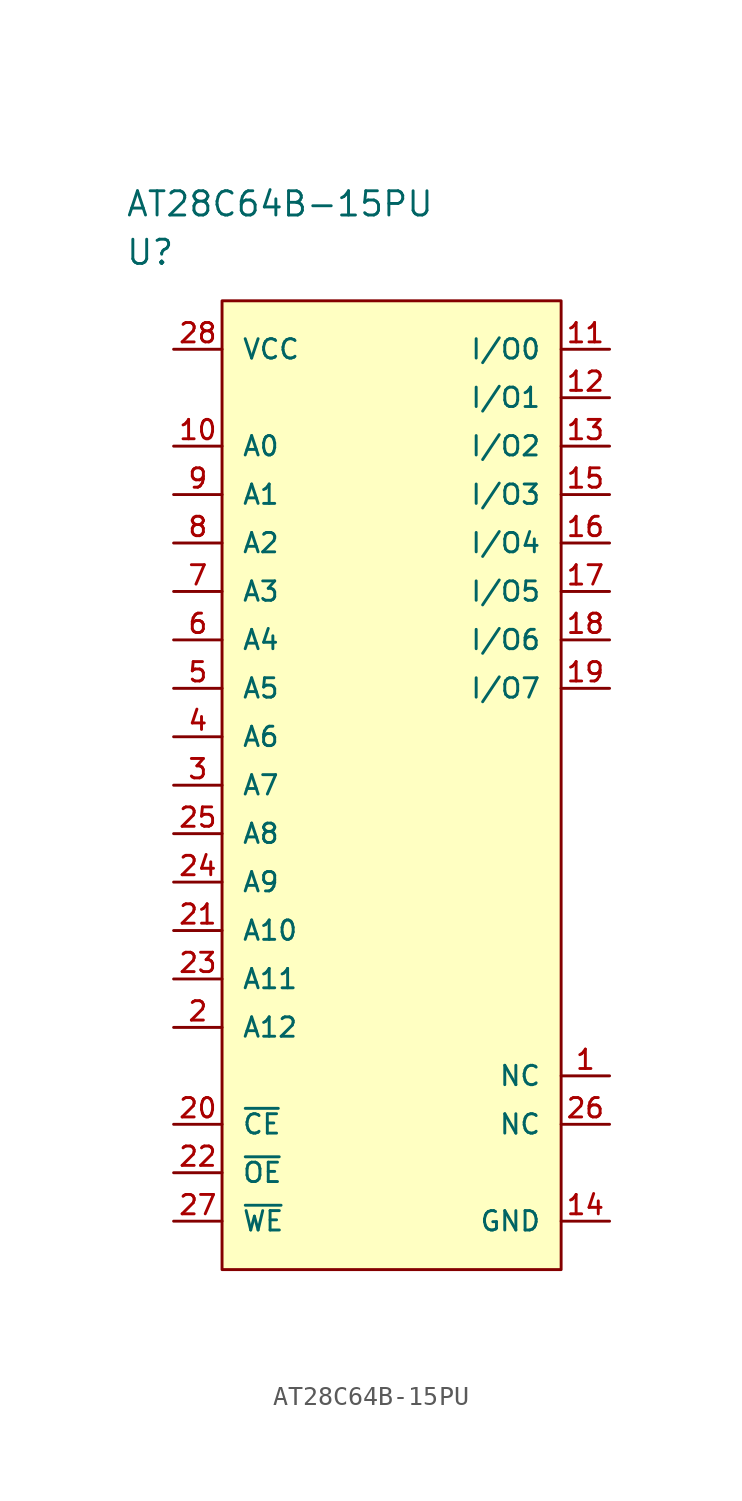
<source format=kicad_sym>
(kicad_symbol_lib
  (version 20220914)
  (generator kicad_symbol_editor)
  (symbol "AT28C64B-15PU"
    (pin_names
      (offset 1.016))
    (property "Reference" "U"
      (at 0 5.08 0)
      (effects (font (size 1.27 1.27)) (justify left)))
    (property "Value" "AT28C64B-15PU"
      (at 0 7.62 0)
      (effects (font (size 1.27 1.27)) (justify left)))
    (property "ki_locked" ""
      (at 0 0 0)
      (effects (font (size 1.27 1.27))))
    (symbol "AT28C64B-15PU_1_1"
      (rectangle (start 5.08 2.54) (end 22.86 -48.26) (stroke (width 0) (type solid)) (fill (type background)))
      (pin unspecified line (at 25.4 -38.1 180) (length 2.54) (name "NC" (effects (font (size 1.016 1.016)))) (number "1" (effects (font (size 1.016 1.016)))))
      (pin input line (at 2.54 -5.08 0) (length 2.54) (name "A0" (effects (font (size 1.016 1.016)))) (number "10" (effects (font (size 1.016 1.016)))))
      (pin bidirectional line (at 25.4 0 180) (length 2.54) (name "I/O0" (effects (font (size 1.016 1.016)))) (number "11" (effects (font (size 1.016 1.016)))))
      (pin bidirectional line (at 25.4 -2.54 180) (length 2.54) (name "I/O1" (effects (font (size 1.016 1.016)))) (number "12" (effects (font (size 1.016 1.016)))))
      (pin bidirectional line (at 25.4 -5.08 180) (length 2.54) (name "I/O2" (effects (font (size 1.016 1.016)))) (number "13" (effects (font (size 1.016 1.016)))))
      (pin power_in line (at 25.4 -45.72 180) (length 2.54) (name "GND" (effects (font (size 1.016 1.016)))) (number "14" (effects (font (size 1.016 1.016)))))
      (pin bidirectional line (at 25.4 -7.62 180) (length 2.54) (name "I/O3" (effects (font (size 1.016 1.016)))) (number "15" (effects (font (size 1.016 1.016)))))
      (pin bidirectional line (at 25.4 -10.16 180) (length 2.54) (name "I/O4" (effects (font (size 1.016 1.016)))) (number "16" (effects (font (size 1.016 1.016)))))
      (pin bidirectional line (at 25.4 -12.7 180) (length 2.54) (name "I/O5" (effects (font (size 1.016 1.016)))) (number "17" (effects (font (size 1.016 1.016)))))
      (pin bidirectional line (at 25.4 -15.24 180) (length 2.54) (name "I/O6" (effects (font (size 1.016 1.016)))) (number "18" (effects (font (size 1.016 1.016)))))
      (pin bidirectional line (at 25.4 -17.78 180) (length 2.54) (name "I/O7" (effects (font (size 1.016 1.016)))) (number "19" (effects (font (size 1.016 1.016)))))
      (pin input line (at 2.54 -35.56 0) (length 2.54) (name "A12" (effects (font (size 1.016 1.016)))) (number "2" (effects (font (size 1.016 1.016)))))
      (pin input line (at 2.54 -40.64 0) (length 2.54) (name "~{CE}" (effects (font (size 1.016 1.016)))) (number "20" (effects (font (size 1.016 1.016)))))
      (pin input line (at 2.54 -30.48 0) (length 2.54) (name "A10" (effects (font (size 1.016 1.016)))) (number "21" (effects (font (size 1.016 1.016)))))
      (pin input line (at 2.54 -43.18 0) (length 2.54) (name "~{OE}" (effects (font (size 1.016 1.016)))) (number "22" (effects (font (size 1.016 1.016)))))
      (pin input line (at 2.54 -33.02 0) (length 2.54) (name "A11" (effects (font (size 1.016 1.016)))) (number "23" (effects (font (size 1.016 1.016)))))
      (pin input line (at 2.54 -27.94 0) (length 2.54) (name "A9" (effects (font (size 1.016 1.016)))) (number "24" (effects (font (size 1.016 1.016)))))
      (pin input line (at 2.54 -25.4 0) (length 2.54) (name "A8" (effects (font (size 1.016 1.016)))) (number "25" (effects (font (size 1.016 1.016)))))
      (pin unspecified line (at 25.4 -40.64 180) (length 2.54) (name "NC" (effects (font (size 1.016 1.016)))) (number "26" (effects (font (size 1.016 1.016)))))
      (pin input line (at 2.54 -45.72 0) (length 2.54) (name "~{WE}" (effects (font (size 1.016 1.016)))) (number "27" (effects (font (size 1.016 1.016)))))
      (pin power_in line (at 2.54 0 0) (length 2.54) (name "VCC" (effects (font (size 1.016 1.016)))) (number "28" (effects (font (size 1.016 1.016)))))
      (pin input line (at 2.54 -22.86 0) (length 2.54) (name "A7" (effects (font (size 1.016 1.016)))) (number "3" (effects (font (size 1.016 1.016)))))
      (pin input line (at 2.54 -20.32 0) (length 2.54) (name "A6" (effects (font (size 1.016 1.016)))) (number "4" (effects (font (size 1.016 1.016)))))
      (pin input line (at 2.54 -17.78 0) (length 2.54) (name "A5" (effects (font (size 1.016 1.016)))) (number "5" (effects (font (size 1.016 1.016)))))
      (pin input line (at 2.54 -15.24 0) (length 2.54) (name "A4" (effects (font (size 1.016 1.016)))) (number "6" (effects (font (size 1.016 1.016)))))
      (pin input line (at 2.54 -12.7 0) (length 2.54) (name "A3" (effects (font (size 1.016 1.016)))) (number "7" (effects (font (size 1.016 1.016)))))
      (pin input line (at 2.54 -10.16 0) (length 2.54) (name "A2" (effects (font (size 1.016 1.016)))) (number "8" (effects (font (size 1.016 1.016)))))
      (pin input line (at 2.54 -7.62 0) (length 2.54) (name "A1" (effects (font (size 1.016 1.016)))) (number "9" (effects (font (size 1.016 1.016))))))))
</source>
